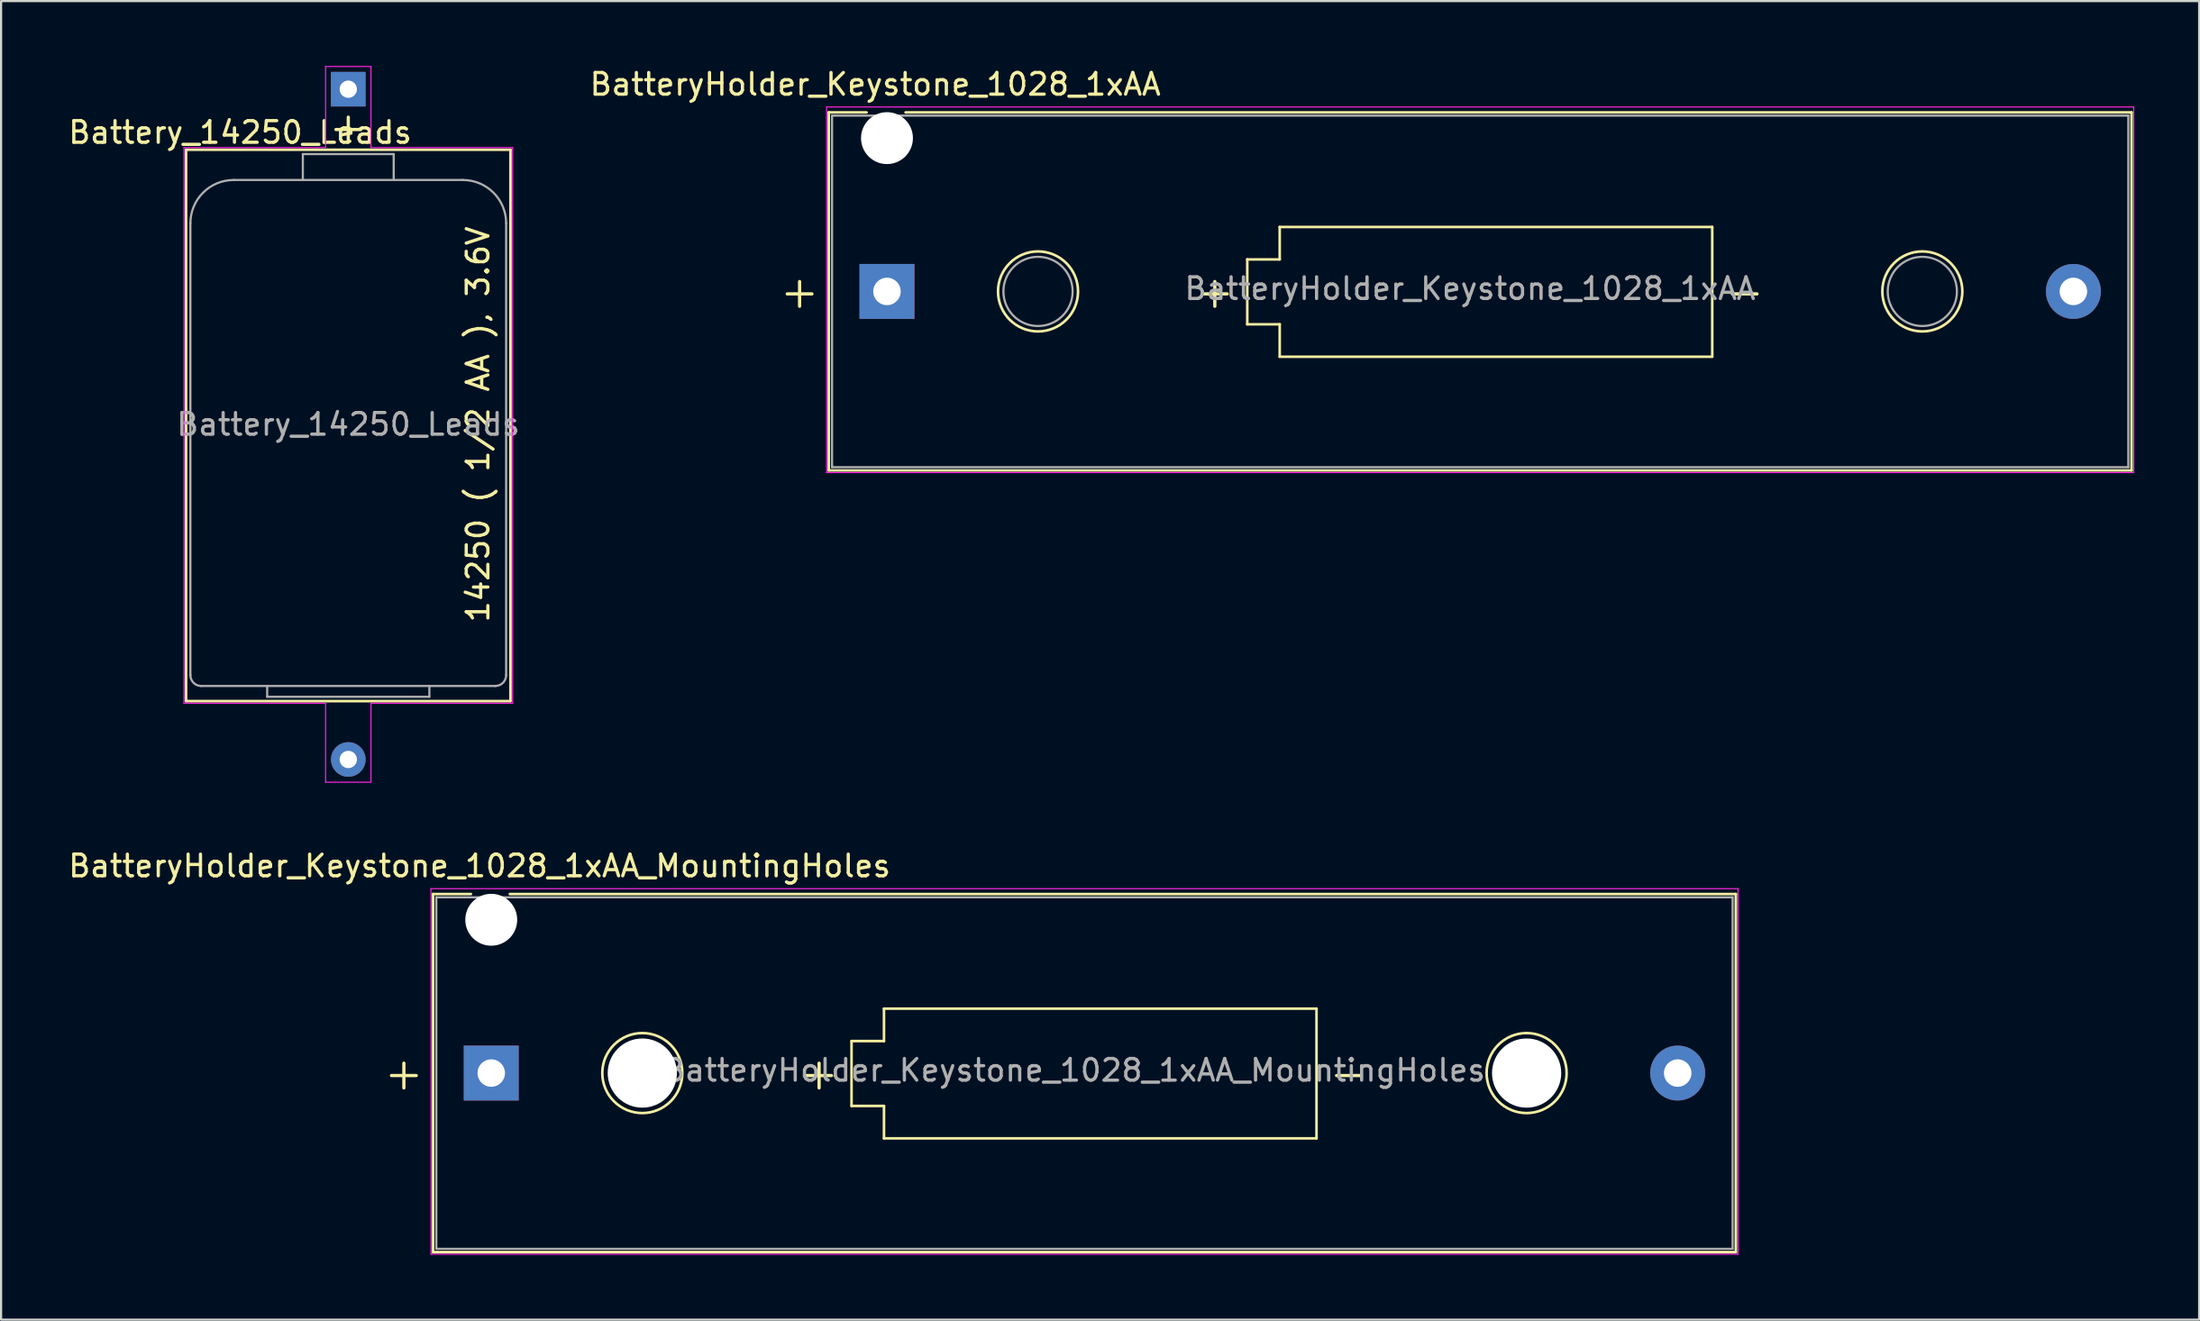
<source format=kicad_pcb>
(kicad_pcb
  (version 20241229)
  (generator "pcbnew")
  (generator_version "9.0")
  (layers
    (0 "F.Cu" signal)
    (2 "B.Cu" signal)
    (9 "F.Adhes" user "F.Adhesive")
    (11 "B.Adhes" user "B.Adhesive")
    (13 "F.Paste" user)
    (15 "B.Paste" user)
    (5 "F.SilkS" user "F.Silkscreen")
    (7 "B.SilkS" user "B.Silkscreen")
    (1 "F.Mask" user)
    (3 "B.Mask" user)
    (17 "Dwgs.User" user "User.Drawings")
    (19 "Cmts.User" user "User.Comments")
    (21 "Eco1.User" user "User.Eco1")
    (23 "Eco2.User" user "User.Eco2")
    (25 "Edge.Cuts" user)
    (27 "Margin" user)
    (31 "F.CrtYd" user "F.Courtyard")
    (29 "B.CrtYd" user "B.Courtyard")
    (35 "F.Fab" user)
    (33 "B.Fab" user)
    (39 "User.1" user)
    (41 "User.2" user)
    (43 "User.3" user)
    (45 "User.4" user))
  (footprint "BatteryHolder_Keystone_1028_1xAA_MountingHoles"
    (layer "F.Cu")
    (at 19.665 46.578)
    (property "Reference" "BatteryHolder_Keystone_1028_1xAA_MountingHoles" (at -0.54 -9.58 0) (layer "F.SilkS") (effects (font (size 1 1) (thickness 0.15))))
    (attr through_hole)
    (fp_line (start -2.69 -8.28) (end -2.69 8.28) (stroke (width 0.12) (type solid)) (layer "F.SilkS"))
    (fp_line (start -2.69 -8.28) (end -0.94 -8.28) (stroke (width 0.12) (type solid)) (layer "F.SilkS"))
    (fp_line (start 0.86 -8.28) (end 57.55 -8.28) (stroke (width 0.12) (type solid)) (layer "F.SilkS"))
    (fp_line (start 16.66 -1.48) (end 16.66 1.52) (stroke (width 0.12) (type solid)) (layer "F.SilkS"))
    (fp_line (start 16.66 1.52) (end 18.16 1.52) (stroke (width 0.12) (type solid)) (layer "F.SilkS"))
    (fp_line (start 18.16 -2.98) (end 18.16 -1.48) (stroke (width 0.12) (type solid)) (layer "F.SilkS"))
    (fp_line (start 18.16 -1.48) (end 16.66 -1.48) (stroke (width 0.12) (type solid)) (layer "F.SilkS"))
    (fp_line (start 18.16 1.52) (end 18.16 3.02) (stroke (width 0.12) (type solid)) (layer "F.SilkS"))
    (fp_line (start 18.16 3.02) (end 38.16 3.02) (stroke (width 0.12) (type solid)) (layer "F.SilkS"))
    (fp_line (start 38.16 -2.98) (end 18.16 -2.98) (stroke (width 0.12) (type solid)) (layer "F.SilkS"))
    (fp_line (start 38.16 3.02) (end 38.16 -2.98) (stroke (width 0.12) (type solid)) (layer "F.SilkS"))
    (fp_line (start 57.55 -8.28) (end 57.55 8.28) (stroke (width 0.12) (type solid)) (layer "F.SilkS"))
    (fp_line (start 57.55 8.28) (end -2.69 8.28) (stroke (width 0.12) (type solid)) (layer "F.SilkS"))
    (fp_circle (center 6.985 0) (end 8.835 0) (stroke (width 0.12) (type solid)) (fill no) (layer "F.SilkS"))
    (fp_circle (center 47.875 0) (end 49.725 0) (stroke (width 0.12) (type solid)) (fill no) (layer "F.SilkS"))
    (fp_line (start -2.79 -8.53) (end 57.65 -8.53) (stroke (width 0.05) (type solid)) (layer "F.CrtYd"))
    (fp_line (start -2.79 8.38) (end -2.79 -8.53) (stroke (width 0.05) (type solid)) (layer "F.CrtYd"))
    (fp_line (start 57.65 -8.53) (end 57.65 8.38) (stroke (width 0.05) (type solid)) (layer "F.CrtYd"))
    (fp_line (start 57.65 8.38) (end -2.79 8.38) (stroke (width 0.05) (type solid)) (layer "F.CrtYd"))
    (fp_line (start -2.54 -8.13) (end -2.54 8.13) (stroke (width 0.1) (type solid)) (layer "F.Fab"))
    (fp_line (start -2.54 -8.13) (end 57.4 -8.13) (stroke (width 0.1) (type solid)) (layer "F.Fab"))
    (fp_line (start -2.54 8.13) (end 57.4 8.13) (stroke (width 0.1) (type solid)) (layer "F.Fab"))
    (fp_line (start 57.4 -8.13) (end 57.4 8.13) (stroke (width 0.1) (type solid)) (layer "F.Fab"))
    (fp_text user "-" (at 39.66 0 0) (layer "F.SilkS") (effects (font (size 1.5 1.5) (thickness 0.15))))
    (fp_text user "+" (at 15.16 0 0) (layer "F.SilkS") (effects (font (size 1.5 1.5) (thickness 0.15))))
    (fp_text user "+" (at -4.04 0 0) (layer "F.SilkS") (effects (font (size 1.5 1.5) (thickness 0.15))))
    (fp_text user "${REFERENCE}" (at 26.96 -0.13 0) (layer "F.Fab") (effects (font (size 1 1) (thickness 0.15))))
    (pad "" np_thru_hole circle (at 0 -7.09) (size 2.4 2.4) (drill 2.4) (layers "*.Cu" "*.Mask"))
    (pad "" np_thru_hole circle (at 6.985 0) (size 3.2 3.2) (drill 3.2) (layers "*.Cu" "*.Mask"))
    (pad "" np_thru_hole circle (at 47.875 0) (size 3.2 3.2) (drill 3.2) (layers "*.Cu" "*.Mask"))
    (pad "1" thru_hole rect (at 0 0) (size 2.54 2.54) (drill 1.27) (layers "*.Cu" "*.Mask"))
    (pad "2" thru_hole circle (at 54.86 0) (size 2.54 2.54) (drill 1.27) (layers "*.Cu" "*.Mask")))
  (footprint "BatteryHolder_Keystone_1028_1xAA"
    (layer "F.Cu")
    (at 37.963 10.428)
    (property "Reference" "BatteryHolder_Keystone_1028_1xAA" (at -0.54 -9.58 0) (layer "F.SilkS") (effects (font (size 1 1) (thickness 0.15))))
    (attr through_hole)
    (fp_line (start -2.69 -8.28) (end -2.69 8.28) (stroke (width 0.12) (type solid)) (layer "F.SilkS"))
    (fp_line (start -2.69 -8.28) (end -0.94 -8.28) (stroke (width 0.12) (type solid)) (layer "F.SilkS"))
    (fp_line (start 0.86 -8.28) (end 57.55 -8.28) (stroke (width 0.12) (type solid)) (layer "F.SilkS"))
    (fp_line (start 16.66 -1.48) (end 16.66 1.52) (stroke (width 0.12) (type solid)) (layer "F.SilkS"))
    (fp_line (start 16.66 1.52) (end 18.16 1.52) (stroke (width 0.12) (type solid)) (layer "F.SilkS"))
    (fp_line (start 18.16 -2.98) (end 18.16 -1.48) (stroke (width 0.12) (type solid)) (layer "F.SilkS"))
    (fp_line (start 18.16 -1.48) (end 16.66 -1.48) (stroke (width 0.12) (type solid)) (layer "F.SilkS"))
    (fp_line (start 18.16 1.52) (end 18.16 3.02) (stroke (width 0.12) (type solid)) (layer "F.SilkS"))
    (fp_line (start 18.16 3.02) (end 38.16 3.02) (stroke (width 0.12) (type solid)) (layer "F.SilkS"))
    (fp_line (start 38.16 -2.98) (end 18.16 -2.98) (stroke (width 0.12) (type solid)) (layer "F.SilkS"))
    (fp_line (start 38.16 3.02) (end 38.16 -2.98) (stroke (width 0.12) (type solid)) (layer "F.SilkS"))
    (fp_line (start 57.55 -8.28) (end 57.55 8.28) (stroke (width 0.12) (type solid)) (layer "F.SilkS"))
    (fp_line (start 57.55 8.28) (end -2.69 8.28) (stroke (width 0.12) (type solid)) (layer "F.SilkS"))
    (fp_circle (center 6.985 0) (end 8.835 0) (stroke (width 0.12) (type solid)) (fill no) (layer "F.SilkS"))
    (fp_circle (center 47.875 0) (end 49.725 0) (stroke (width 0.12) (type solid)) (fill no) (layer "F.SilkS"))
    (fp_line (start -2.79 -8.53) (end 57.65 -8.53) (stroke (width 0.05) (type solid)) (layer "F.CrtYd"))
    (fp_line (start -2.79 8.38) (end -2.79 -8.53) (stroke (width 0.05) (type solid)) (layer "F.CrtYd"))
    (fp_line (start 57.65 -8.53) (end 57.65 8.38) (stroke (width 0.05) (type solid)) (layer "F.CrtYd"))
    (fp_line (start 57.65 8.38) (end -2.79 8.38) (stroke (width 0.05) (type solid)) (layer "F.CrtYd"))
    (fp_line (start -2.54 -8.13) (end -2.54 8.13) (stroke (width 0.1) (type solid)) (layer "F.Fab"))
    (fp_line (start -2.54 -8.13) (end 57.4 -8.13) (stroke (width 0.1) (type solid)) (layer "F.Fab"))
    (fp_line (start -2.54 8.13) (end 57.4 8.13) (stroke (width 0.1) (type solid)) (layer "F.Fab"))
    (fp_line (start 57.4 -8.13) (end 57.4 8.13) (stroke (width 0.1) (type solid)) (layer "F.Fab"))
    (fp_circle (center 6.985 0) (end 8.585 0) (stroke (width 0.1) (type solid)) (fill no) (layer "F.Fab"))
    (fp_circle (center 47.875 0) (end 49.475 0) (stroke (width 0.1) (type solid)) (fill no) (layer "F.Fab"))
    (fp_text user "+" (at 15.16 0 0) (layer "F.SilkS") (effects (font (size 1.5 1.5) (thickness 0.15))))
    (fp_text user "+" (at -4.04 0 0) (layer "F.SilkS") (effects (font (size 1.5 1.5) (thickness 0.15))))
    (fp_text user "-" (at 39.66 0 0) (layer "F.SilkS") (effects (font (size 1.5 1.5) (thickness 0.15))))
    (fp_text user "${REFERENCE}" (at 26.96 -0.13 0) (layer "F.Fab") (effects (font (size 1 1) (thickness 0.15))))
    (pad "" np_thru_hole circle (at 0 -7.09) (size 2.4 2.4) (drill 2.4) (layers "*.Cu" "*.Mask"))
    (pad "1" thru_hole rect (at 0 0) (size 2.54 2.54) (drill 1.27) (layers "*.Cu" "*.Mask"))
    (pad "2" thru_hole circle (at 54.86 0) (size 2.54 2.54) (drill 1.27) (layers "*.Cu" "*.Mask")))
  (footprint "Battery_14250_Leads"
    (layer "F.Cu")
    (at 13.054 1.075)
    (property "Reference" "Battery_14250_Leads" (at -5 2 0) (layer "F.SilkS") (effects (font (size 1 1) (thickness 0.15))))
    (attr through_hole)
    (fp_line (start -7.5 2.8) (end -7.5 28.3) (stroke (width 0.12) (type solid)) (layer "F.SilkS"))
    (fp_line (start -7.5 2.8) (end 7.5 2.8) (stroke (width 0.12) (type solid)) (layer "F.SilkS"))
    (fp_line (start -7.5 28.3) (end 7.5 28.3) (stroke (width 0.12) (type solid)) (layer "F.SilkS"))
    (fp_line (start 7.5 28.3) (end 7.5 2.8) (stroke (width 0.12) (type solid)) (layer "F.SilkS"))
    (fp_line (start -7.6 2.7) (end -7.6 28.4) (stroke (width 0.05) (type solid)) (layer "F.CrtYd"))
    (fp_line (start -7.6 2.7) (end -1.05 2.7) (stroke (width 0.05) (type solid)) (layer "F.CrtYd"))
    (fp_line (start -7.6 28.4) (end -1.05 28.4) (stroke (width 0.05) (type solid)) (layer "F.CrtYd"))
    (fp_line (start -1.05 -1.05) (end -1.05 2.7) (stroke (width 0.05) (type solid)) (layer "F.CrtYd"))
    (fp_line (start -1.05 -1.05) (end 1.05 -1.05) (stroke (width 0.05) (type solid)) (layer "F.CrtYd"))
    (fp_line (start -1.05 32.05) (end -1.05 28.4) (stroke (width 0.05) (type solid)) (layer "F.CrtYd"))
    (fp_line (start -1.05 32.05) (end 1.05 32.05) (stroke (width 0.05) (type solid)) (layer "F.CrtYd"))
    (fp_line (start 1.05 -1.05) (end 1.05 2.7) (stroke (width 0.05) (type solid)) (layer "F.CrtYd"))
    (fp_line (start 1.05 2.7) (end 7.6 2.7) (stroke (width 0.05) (type solid)) (layer "F.CrtYd"))
    (fp_line (start 1.05 28.4) (end 7.6 28.4) (stroke (width 0.05) (type solid)) (layer "F.CrtYd"))
    (fp_line (start 1.05 32.05) (end 1.05 28.4) (stroke (width 0.05) (type solid)) (layer "F.CrtYd"))
    (fp_line (start 7.6 2.7) (end 7.6 28.4) (stroke (width 0.05) (type solid)) (layer "F.CrtYd"))
    (fp_line (start -7.3 27.1) (end -7.3 6.2) (stroke (width 0.1) (type solid)) (layer "F.Fab"))
    (fp_line (start -6.8 27.6) (end 6.8 27.6) (stroke (width 0.1) (type solid)) (layer "F.Fab"))
    (fp_line (start -5.3 4.2) (end 5.3 4.2) (stroke (width 0.1) (type solid)) (layer "F.Fab"))
    (fp_line (start -3.75 28.1) (end -3.75 27.6) (stroke (width 0.1) (type solid)) (layer "F.Fab"))
    (fp_line (start -3.75 28.1) (end 3.75 28.1) (stroke (width 0.1) (type solid)) (layer "F.Fab"))
    (fp_line (start -2.1 3) (end -2.1 4.2) (stroke (width 0.1) (type solid)) (layer "F.Fab"))
    (fp_line (start -2.1 3) (end 2.1 3) (stroke (width 0.1) (type solid)) (layer "F.Fab"))
    (fp_line (start 2.1 3) (end 2.1 4.2) (stroke (width 0.1) (type solid)) (layer "F.Fab"))
    (fp_line (start 3.75 28.1) (end 3.75 27.6) (stroke (width 0.1) (type solid)) (layer "F.Fab"))
    (fp_line (start 7.3 27.1) (end 7.3 6.2) (stroke (width 0.1) (type solid)) (layer "F.Fab"))
    (fp_arc (start -7.3 6.2) (mid -6.714214 4.785786) (end -5.3 4.2) (stroke (width 0.1) (type solid)) (layer "F.Fab"))
    (fp_arc (start -6.8 27.6) (mid -7.153553 27.453553) (end -7.3 27.1) (stroke (width 0.1) (type solid)) (layer "F.Fab"))
    (fp_arc (start 5.3 4.2) (mid 6.714214 4.785786) (end 7.3 6.2) (stroke (width 0.1) (type solid)) (layer "F.Fab"))
    (fp_arc (start 7.3 27.1) (mid 7.153553 27.453553) (end 6.8 27.6) (stroke (width 0.1) (type solid)) (layer "F.Fab"))
    (fp_text user "14250 ( 1/2 AA ), 3.6V" (at 6 15.5 90) (layer "F.SilkS") (effects (font (size 1 1) (thickness 0.15))))
    (fp_text user "+" (at 0 1.75 0) (layer "F.SilkS") (effects (font (size 1.5 1.5) (thickness 0.15))))
    (fp_text user "${REFERENCE}" (at 0 15.5 0) (layer "F.Fab") (effects (font (size 1 1) (thickness 0.15))))
    (pad "1" thru_hole rect (at 0 0) (size 1.6 1.6) (drill 0.8) (layers "*.Cu" "*.Mask"))
    (pad "2" thru_hole circle (at 0 31) (size 1.6 1.6) (drill 0.8) (layers "*.Cu" "*.Mask")))
  (gr_rect
    (start -3 -3)
    (end 98.638 57.983)
    (stroke (width 0.1) (type default))
    (fill no)
    (layer "Edge.Cuts")))
</source>
